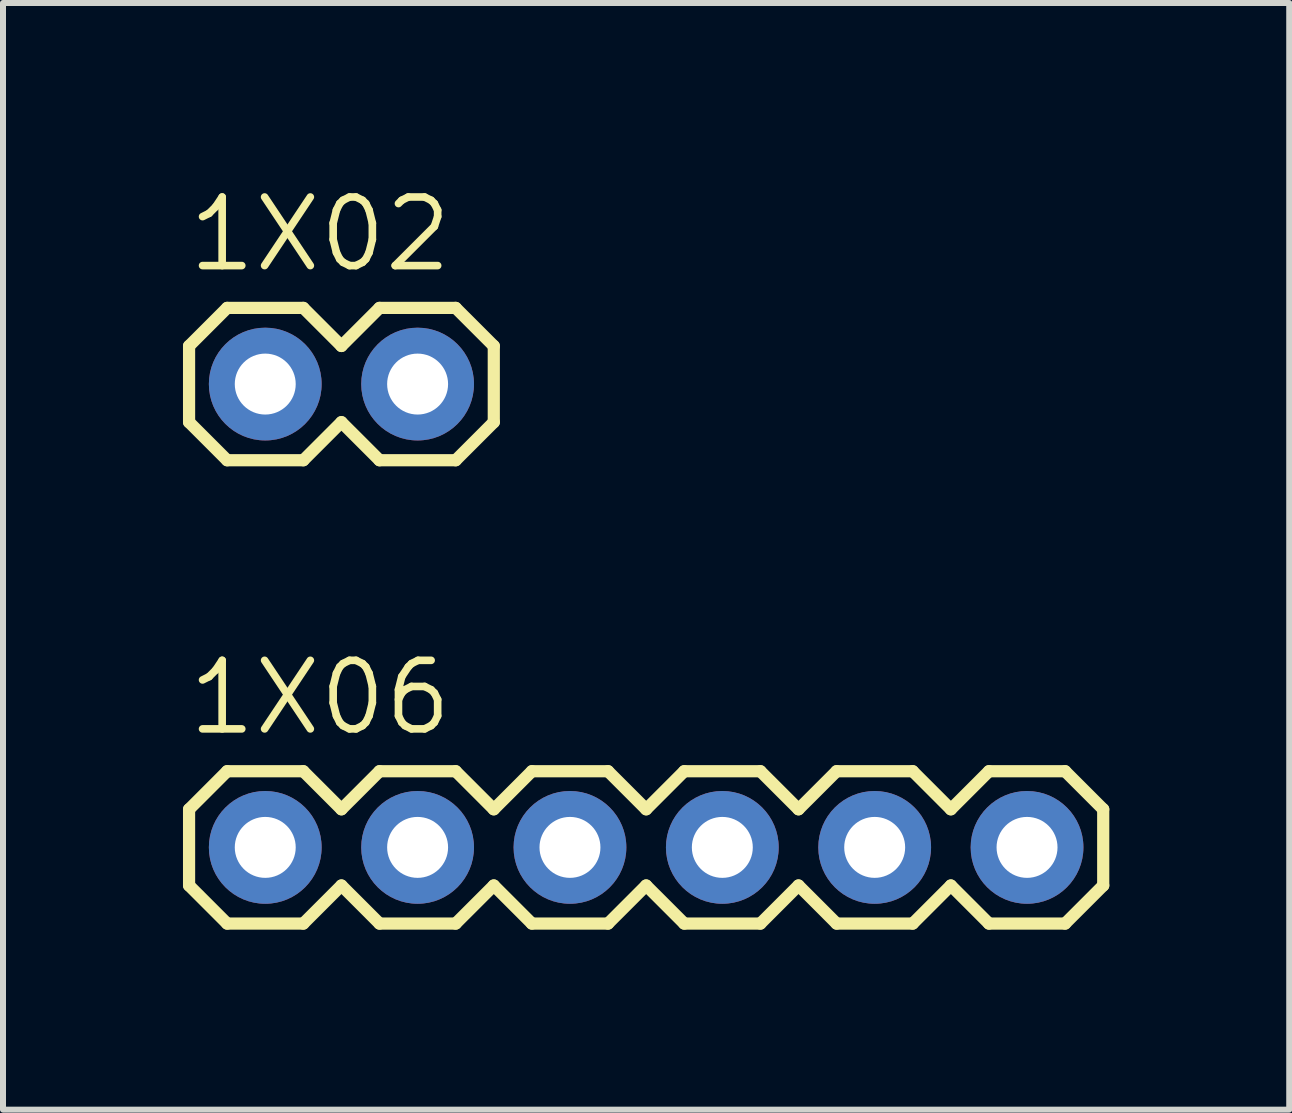
<source format=kicad_pcb>
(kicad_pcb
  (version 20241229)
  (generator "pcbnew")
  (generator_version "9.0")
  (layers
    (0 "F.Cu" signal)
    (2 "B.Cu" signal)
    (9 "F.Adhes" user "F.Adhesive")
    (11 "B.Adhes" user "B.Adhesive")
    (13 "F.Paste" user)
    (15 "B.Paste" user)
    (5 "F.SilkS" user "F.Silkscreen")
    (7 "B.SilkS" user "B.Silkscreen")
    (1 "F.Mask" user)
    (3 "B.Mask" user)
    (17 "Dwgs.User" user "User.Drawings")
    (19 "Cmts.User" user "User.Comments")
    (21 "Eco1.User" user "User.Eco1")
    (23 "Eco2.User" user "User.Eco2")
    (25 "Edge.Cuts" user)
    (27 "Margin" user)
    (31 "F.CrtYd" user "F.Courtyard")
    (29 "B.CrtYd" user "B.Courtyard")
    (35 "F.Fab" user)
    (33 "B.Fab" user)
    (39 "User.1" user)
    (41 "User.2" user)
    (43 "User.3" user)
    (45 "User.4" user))
  (footprint "1X06"
    (layer "F.Cu")
    (at 1.372 11.077)
    (property "Reference" "1X06" (at -1.346 -1.829 0) (layer "F.SilkS") (effects (font (size 1.143 1.143) (thickness 0.127)) (justify left bottom)))
    (fp_line (start -1.27 -0.635) (end -1.27 0.635) (stroke (width 0.203) (type solid)) (layer "F.SilkS"))
    (fp_line (start -1.27 0.635) (end -0.635 1.27) (stroke (width 0.203) (type solid)) (layer "F.SilkS"))
    (fp_line (start -0.635 -1.27) (end -1.27 -0.635) (stroke (width 0.203) (type solid)) (layer "F.SilkS"))
    (fp_line (start -0.635 -1.27) (end 0.635 -1.27) (stroke (width 0.203) (type solid)) (layer "F.SilkS"))
    (fp_line (start 0.635 -1.27) (end 1.27 -0.635) (stroke (width 0.203) (type solid)) (layer "F.SilkS"))
    (fp_line (start 0.635 1.27) (end -0.635 1.27) (stroke (width 0.203) (type solid)) (layer "F.SilkS"))
    (fp_line (start 1.27 -0.635) (end 1.905 -1.27) (stroke (width 0.203) (type solid)) (layer "F.SilkS"))
    (fp_line (start 1.27 0.635) (end 0.635 1.27) (stroke (width 0.203) (type solid)) (layer "F.SilkS"))
    (fp_line (start 1.905 -1.27) (end 3.175 -1.27) (stroke (width 0.203) (type solid)) (layer "F.SilkS"))
    (fp_line (start 1.905 1.27) (end 1.27 0.635) (stroke (width 0.203) (type solid)) (layer "F.SilkS"))
    (fp_line (start 3.175 -1.27) (end 3.81 -0.635) (stroke (width 0.203) (type solid)) (layer "F.SilkS"))
    (fp_line (start 3.175 1.27) (end 1.905 1.27) (stroke (width 0.203) (type solid)) (layer "F.SilkS"))
    (fp_line (start 3.81 -0.635) (end 4.445 -1.27) (stroke (width 0.203) (type solid)) (layer "F.SilkS"))
    (fp_line (start 3.81 0.635) (end 3.175 1.27) (stroke (width 0.203) (type solid)) (layer "F.SilkS"))
    (fp_line (start 4.445 -1.27) (end 5.715 -1.27) (stroke (width 0.203) (type solid)) (layer "F.SilkS"))
    (fp_line (start 4.445 1.27) (end 3.81 0.635) (stroke (width 0.203) (type solid)) (layer "F.SilkS"))
    (fp_line (start 5.715 -1.27) (end 6.35 -0.635) (stroke (width 0.203) (type solid)) (layer "F.SilkS"))
    (fp_line (start 5.715 1.27) (end 4.445 1.27) (stroke (width 0.203) (type solid)) (layer "F.SilkS"))
    (fp_line (start 6.35 0.635) (end 5.715 1.27) (stroke (width 0.203) (type solid)) (layer "F.SilkS"))
    (fp_line (start 6.35 0.635) (end 6.985 1.27) (stroke (width 0.203) (type solid)) (layer "F.SilkS"))
    (fp_line (start 6.985 -1.27) (end 6.35 -0.635) (stroke (width 0.203) (type solid)) (layer "F.SilkS"))
    (fp_line (start 6.985 -1.27) (end 8.255 -1.27) (stroke (width 0.203) (type solid)) (layer "F.SilkS"))
    (fp_line (start 8.255 -1.27) (end 8.89 -0.635) (stroke (width 0.203) (type solid)) (layer "F.SilkS"))
    (fp_line (start 8.255 1.27) (end 6.985 1.27) (stroke (width 0.203) (type solid)) (layer "F.SilkS"))
    (fp_line (start 8.89 -0.635) (end 9.525 -1.27) (stroke (width 0.203) (type solid)) (layer "F.SilkS"))
    (fp_line (start 8.89 0.635) (end 8.255 1.27) (stroke (width 0.203) (type solid)) (layer "F.SilkS"))
    (fp_line (start 9.525 -1.27) (end 10.795 -1.27) (stroke (width 0.203) (type solid)) (layer "F.SilkS"))
    (fp_line (start 9.525 1.27) (end 8.89 0.635) (stroke (width 0.203) (type solid)) (layer "F.SilkS"))
    (fp_line (start 10.795 -1.27) (end 11.43 -0.635) (stroke (width 0.203) (type solid)) (layer "F.SilkS"))
    (fp_line (start 10.795 1.27) (end 9.525 1.27) (stroke (width 0.203) (type solid)) (layer "F.SilkS"))
    (fp_line (start 11.43 -0.635) (end 12.065 -1.27) (stroke (width 0.203) (type solid)) (layer "F.SilkS"))
    (fp_line (start 11.43 0.635) (end 10.795 1.27) (stroke (width 0.203) (type solid)) (layer "F.SilkS"))
    (fp_line (start 12.065 -1.27) (end 13.335 -1.27) (stroke (width 0.203) (type solid)) (layer "F.SilkS"))
    (fp_line (start 12.065 1.27) (end 11.43 0.635) (stroke (width 0.203) (type solid)) (layer "F.SilkS"))
    (fp_line (start 13.335 -1.27) (end 13.97 -0.635) (stroke (width 0.203) (type solid)) (layer "F.SilkS"))
    (fp_line (start 13.335 1.27) (end 12.065 1.27) (stroke (width 0.203) (type solid)) (layer "F.SilkS"))
    (fp_line (start 13.97 -0.635) (end 13.97 0.635) (stroke (width 0.203) (type solid)) (layer "F.SilkS"))
    (fp_line (start 13.97 0.635) (end 13.335 1.27) (stroke (width 0.203) (type solid)) (layer "F.SilkS"))
    (fp_poly (pts (xy -0.254 0.254) (xy 0.254 0.254) (xy 0.254 -0.254) (xy -0.254 -0.254)) (stroke (width 0.1) (type solid)) (fill no) (layer "F.Fab"))
    (fp_poly (pts (xy 2.286 0.254) (xy 2.794 0.254) (xy 2.794 -0.254) (xy 2.286 -0.254)) (stroke (width 0.1) (type solid)) (fill no) (layer "F.Fab"))
    (fp_poly (pts (xy 4.826 0.254) (xy 5.334 0.254) (xy 5.334 -0.254) (xy 4.826 -0.254)) (stroke (width 0.1) (type solid)) (fill no) (layer "F.Fab"))
    (fp_poly (pts (xy 7.366 0.254) (xy 7.874 0.254) (xy 7.874 -0.254) (xy 7.366 -0.254)) (stroke (width 0.1) (type solid)) (fill no) (layer "F.Fab"))
    (fp_poly (pts (xy 9.906 0.254) (xy 10.414 0.254) (xy 10.414 -0.254) (xy 9.906 -0.254)) (stroke (width 0.1) (type solid)) (fill no) (layer "F.Fab"))
    (fp_poly (pts (xy 12.446 0.254) (xy 12.954 0.254) (xy 12.954 -0.254) (xy 12.446 -0.254)) (stroke (width 0.1) (type solid)) (fill no) (layer "F.Fab"))
    (pad "1" thru_hole circle (at 0 0 90) (size 1.88 1.88) (drill 1.016) (layers "*.Cu" "*.Mask"))
    (pad "2" thru_hole circle (at 2.54 0 90) (size 1.88 1.88) (drill 1.016) (layers "*.Cu" "*.Mask"))
    (pad "3" thru_hole circle (at 5.08 0 90) (size 1.88 1.88) (drill 1.016) (layers "*.Cu" "*.Mask"))
    (pad "4" thru_hole circle (at 7.62 0 90) (size 1.88 1.88) (drill 1.016) (layers "*.Cu" "*.Mask"))
    (pad "5" thru_hole circle (at 10.16 0 90) (size 1.88 1.88) (drill 1.016) (layers "*.Cu" "*.Mask"))
    (pad "6" thru_hole circle (at 12.7 0 90) (size 1.88 1.88) (drill 1.016) (layers "*.Cu" "*.Mask")))
  (footprint "1X02"
    (layer "F.Cu")
    (at 1.372 3.353)
    (property "Reference" "1X02" (at -1.346 -1.829 0) (layer "F.SilkS") (effects (font (size 1.143 1.143) (thickness 0.127)) (justify left bottom)))
    (fp_line (start -1.27 -0.635) (end -1.27 0.635) (stroke (width 0.203) (type solid)) (layer "F.SilkS"))
    (fp_line (start -1.27 0.635) (end -0.635 1.27) (stroke (width 0.203) (type solid)) (layer "F.SilkS"))
    (fp_line (start -0.635 -1.27) (end -1.27 -0.635) (stroke (width 0.203) (type solid)) (layer "F.SilkS"))
    (fp_line (start -0.635 -1.27) (end 0.635 -1.27) (stroke (width 0.203) (type solid)) (layer "F.SilkS"))
    (fp_line (start 0.635 -1.27) (end 1.27 -0.635) (stroke (width 0.203) (type solid)) (layer "F.SilkS"))
    (fp_line (start 0.635 1.27) (end -0.635 1.27) (stroke (width 0.203) (type solid)) (layer "F.SilkS"))
    (fp_line (start 1.27 -0.635) (end 1.905 -1.27) (stroke (width 0.203) (type solid)) (layer "F.SilkS"))
    (fp_line (start 1.27 0.635) (end 0.635 1.27) (stroke (width 0.203) (type solid)) (layer "F.SilkS"))
    (fp_line (start 1.905 -1.27) (end 3.175 -1.27) (stroke (width 0.203) (type solid)) (layer "F.SilkS"))
    (fp_line (start 1.905 1.27) (end 1.27 0.635) (stroke (width 0.203) (type solid)) (layer "F.SilkS"))
    (fp_line (start 3.175 -1.27) (end 3.81 -0.635) (stroke (width 0.203) (type solid)) (layer "F.SilkS"))
    (fp_line (start 3.175 1.27) (end 1.905 1.27) (stroke (width 0.203) (type solid)) (layer "F.SilkS"))
    (fp_line (start 3.81 -0.635) (end 3.81 0.635) (stroke (width 0.203) (type solid)) (layer "F.SilkS"))
    (fp_line (start 3.81 0.635) (end 3.175 1.27) (stroke (width 0.203) (type solid)) (layer "F.SilkS"))
    (fp_poly (pts (xy -0.254 0.254) (xy 0.254 0.254) (xy 0.254 -0.254) (xy -0.254 -0.254)) (stroke (width 0.1) (type solid)) (fill no) (layer "F.Fab"))
    (fp_poly (pts (xy 2.286 0.254) (xy 2.794 0.254) (xy 2.794 -0.254) (xy 2.286 -0.254)) (stroke (width 0.1) (type solid)) (fill no) (layer "F.Fab"))
    (pad "1" thru_hole circle (at 0 0 90) (size 1.88 1.88) (drill 1.016) (layers "*.Cu" "*.Mask"))
    (pad "2" thru_hole circle (at 2.54 0 90) (size 1.88 1.88) (drill 1.016) (layers "*.Cu" "*.Mask")))
  (gr_rect
    (start -3 -3)
    (end 18.443 15.449)
    (stroke (width 0.1) (type default))
    (fill no)
    (layer "Edge.Cuts")))
</source>
